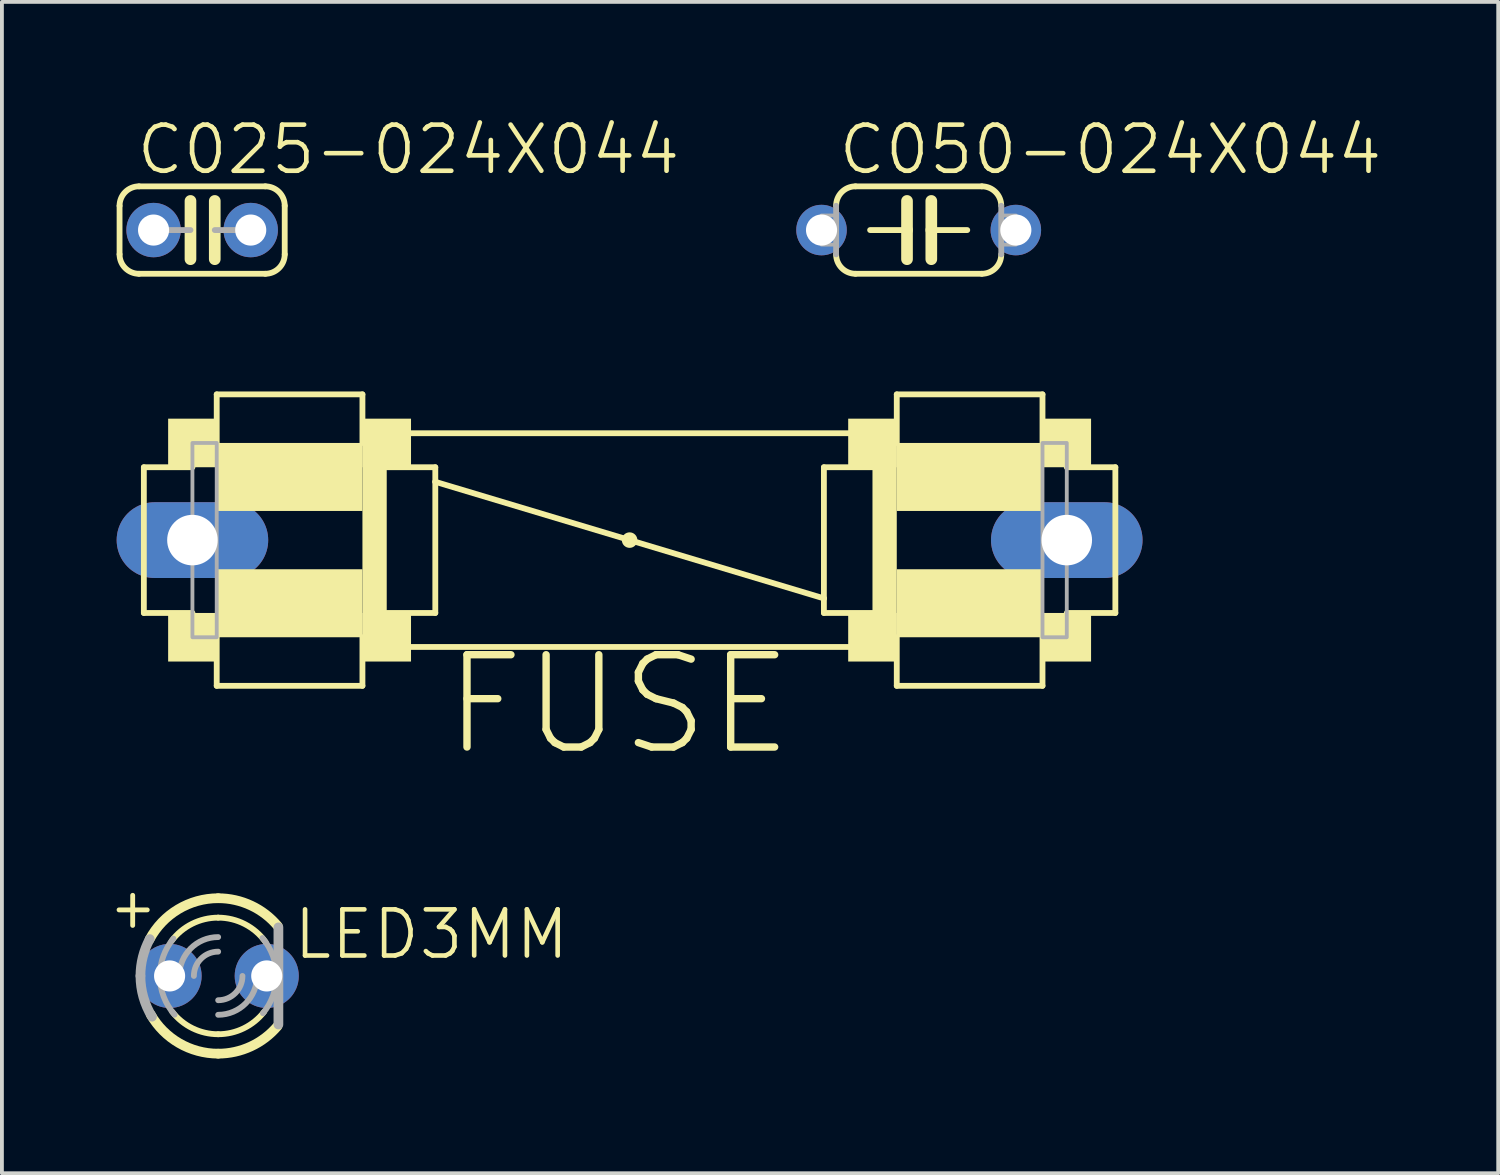
<source format=kicad_pcb>
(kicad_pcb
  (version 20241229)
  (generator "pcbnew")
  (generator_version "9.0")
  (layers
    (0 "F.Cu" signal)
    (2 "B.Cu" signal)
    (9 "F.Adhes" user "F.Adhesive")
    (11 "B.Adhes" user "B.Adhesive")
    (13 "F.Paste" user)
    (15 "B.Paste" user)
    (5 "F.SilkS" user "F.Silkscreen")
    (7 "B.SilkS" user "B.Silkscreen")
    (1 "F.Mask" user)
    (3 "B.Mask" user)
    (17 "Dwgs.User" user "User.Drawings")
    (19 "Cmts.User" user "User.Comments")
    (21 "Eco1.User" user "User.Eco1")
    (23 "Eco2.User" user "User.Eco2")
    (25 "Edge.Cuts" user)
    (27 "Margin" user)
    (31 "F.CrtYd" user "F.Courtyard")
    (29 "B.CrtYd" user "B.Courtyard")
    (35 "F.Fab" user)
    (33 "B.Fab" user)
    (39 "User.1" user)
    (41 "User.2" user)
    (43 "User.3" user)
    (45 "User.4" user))
  (footprint "FUSE"
    (layer "F.Cu")
    (at 13.411 11.071)
    (property "Reference" "FUSE" (at -4.953 5.715 0) (layer "F.SilkS") (effects (font (size 2.413 2.413) (thickness 0.193)) (justify left bottom)))
    (attr through_hole)
    (fp_line (start -12.7 1.905) (end -12.7 -1.905) (stroke (width 0.152) (type solid)) (layer "F.SilkS"))
    (fp_line (start -12.7 1.905) (end -11.43 1.905) (stroke (width 0.152) (type solid)) (layer "F.SilkS"))
    (fp_line (start -11.43 -1.905) (end -12.7 -1.905) (stroke (width 0.152) (type solid)) (layer "F.SilkS"))
    (fp_line (start -10.795 -3.81) (end -6.985 -3.81) (stroke (width 0.152) (type solid)) (layer "F.SilkS"))
    (fp_line (start -10.795 -2.54) (end -10.795 -3.81) (stroke (width 0.152) (type solid)) (layer "F.SilkS"))
    (fp_line (start -10.795 2.54) (end -10.795 3.81) (stroke (width 0.152) (type solid)) (layer "F.SilkS"))
    (fp_line (start -6.985 -2.54) (end -6.985 -3.81) (stroke (width 0.152) (type solid)) (layer "F.SilkS"))
    (fp_line (start -6.985 3.81) (end -10.795 3.81) (stroke (width 0.152) (type solid)) (layer "F.SilkS"))
    (fp_line (start -6.985 3.81) (end -6.985 2.54) (stroke (width 0.152) (type solid)) (layer "F.SilkS"))
    (fp_line (start -6.35 -1.905) (end -5.08 -1.905) (stroke (width 0.152) (type solid)) (layer "F.SilkS"))
    (fp_line (start -5.715 -2.794) (end 5.715 -2.794) (stroke (width 0.152) (type solid)) (layer "F.SilkS"))
    (fp_line (start -5.715 2.794) (end 5.715 2.794) (stroke (width 0.152) (type solid)) (layer "F.SilkS"))
    (fp_line (start -5.08 -1.905) (end -5.08 -1.524) (stroke (width 0.152) (type solid)) (layer "F.SilkS"))
    (fp_line (start -5.08 -1.524) (end -5.08 1.905) (stroke (width 0.152) (type solid)) (layer "F.SilkS"))
    (fp_line (start -5.08 -1.524) (end 5.08 1.524) (stroke (width 0.152) (type solid)) (layer "F.SilkS"))
    (fp_line (start -5.08 1.905) (end -6.35 1.905) (stroke (width 0.152) (type solid)) (layer "F.SilkS"))
    (fp_line (start 5.08 1.524) (end 5.08 -1.905) (stroke (width 0.152) (type solid)) (layer "F.SilkS"))
    (fp_line (start 5.08 1.905) (end 5.08 1.524) (stroke (width 0.152) (type solid)) (layer "F.SilkS"))
    (fp_line (start 5.08 1.905) (end 6.35 1.905) (stroke (width 0.152) (type solid)) (layer "F.SilkS"))
    (fp_line (start 6.35 -1.905) (end 5.08 -1.905) (stroke (width 0.152) (type solid)) (layer "F.SilkS"))
    (fp_line (start 6.985 -3.81) (end 10.795 -3.81) (stroke (width 0.152) (type solid)) (layer "F.SilkS"))
    (fp_line (start 6.985 -2.54) (end 6.985 -3.81) (stroke (width 0.152) (type solid)) (layer "F.SilkS"))
    (fp_line (start 6.985 2.54) (end 6.985 3.81) (stroke (width 0.152) (type solid)) (layer "F.SilkS"))
    (fp_line (start 10.795 -2.54) (end 10.795 -3.81) (stroke (width 0.152) (type solid)) (layer "F.SilkS"))
    (fp_line (start 10.795 3.81) (end 6.985 3.81) (stroke (width 0.152) (type solid)) (layer "F.SilkS"))
    (fp_line (start 10.795 3.81) (end 10.795 2.54) (stroke (width 0.152) (type solid)) (layer "F.SilkS"))
    (fp_line (start 11.43 -1.905) (end 12.7 -1.905) (stroke (width 0.152) (type solid)) (layer "F.SilkS"))
    (fp_line (start 12.7 -1.905) (end 12.7 1.905) (stroke (width 0.152) (type solid)) (layer "F.SilkS"))
    (fp_line (start 12.7 1.905) (end 11.43 1.905) (stroke (width 0.152) (type solid)) (layer "F.SilkS"))
    (fp_circle (center 0 0) (end 0.127 0) (stroke (width 0.152) (type solid)) (fill no) (layer "F.SilkS"))
    (fp_poly (pts (xy -12.065 -1.905) (xy -10.795 -1.905) (xy -10.795 -3.175) (xy -12.065 -3.175)) (stroke (width 0) (type solid)) (fill yes) (layer "F.SilkS"))
    (fp_poly (pts (xy -12.065 3.175) (xy -10.795 3.175) (xy -10.795 1.905) (xy -12.065 1.905)) (stroke (width 0) (type solid)) (fill yes) (layer "F.SilkS"))
    (fp_poly (pts (xy -10.795 -0.762) (xy -6.985 -0.762) (xy -6.985 -2.54) (xy -10.795 -2.54)) (stroke (width 0) (type solid)) (fill yes) (layer "F.SilkS"))
    (fp_poly (pts (xy -10.795 2.54) (xy -6.985 2.54) (xy -6.985 0.762) (xy -10.795 0.762)) (stroke (width 0) (type solid)) (fill yes) (layer "F.SilkS"))
    (fp_poly (pts (xy -6.985 -1.905) (xy -5.715 -1.905) (xy -5.715 -3.175) (xy -6.985 -3.175)) (stroke (width 0) (type solid)) (fill yes) (layer "F.SilkS"))
    (fp_poly (pts (xy -6.985 2.54) (xy -6.35 2.54) (xy -6.35 -2.54) (xy -6.985 -2.54)) (stroke (width 0) (type solid)) (fill yes) (layer "F.SilkS"))
    (fp_poly (pts (xy -6.985 3.175) (xy -5.715 3.175) (xy -5.715 1.905) (xy -6.985 1.905)) (stroke (width 0) (type solid)) (fill yes) (layer "F.SilkS"))
    (fp_poly (pts (xy 5.715 -1.905) (xy 6.985 -1.905) (xy 6.985 -3.175) (xy 5.715 -3.175)) (stroke (width 0) (type solid)) (fill yes) (layer "F.SilkS"))
    (fp_poly (pts (xy 5.715 3.175) (xy 6.985 3.175) (xy 6.985 1.905) (xy 5.715 1.905)) (stroke (width 0) (type solid)) (fill yes) (layer "F.SilkS"))
    (fp_poly (pts (xy 6.35 2.54) (xy 6.985 2.54) (xy 6.985 -2.54) (xy 6.35 -2.54)) (stroke (width 0) (type solid)) (fill yes) (layer "F.SilkS"))
    (fp_poly (pts (xy 6.985 -0.762) (xy 10.795 -0.762) (xy 10.795 -2.54) (xy 6.985 -2.54)) (stroke (width 0) (type solid)) (fill yes) (layer "F.SilkS"))
    (fp_poly (pts (xy 6.985 2.54) (xy 10.795 2.54) (xy 10.795 0.762) (xy 6.985 0.762)) (stroke (width 0) (type solid)) (fill yes) (layer "F.SilkS"))
    (fp_poly (pts (xy 10.795 -1.905) (xy 12.065 -1.905) (xy 12.065 -3.175) (xy 10.795 -3.175)) (stroke (width 0) (type solid)) (fill yes) (layer "F.SilkS"))
    (fp_poly (pts (xy 10.795 3.175) (xy 12.065 3.175) (xy 12.065 1.905) (xy 10.795 1.905)) (stroke (width 0) (type solid)) (fill yes) (layer "F.SilkS"))
    (fp_poly (pts (xy -11.43 2.54) (xy -10.795 2.54) (xy -10.795 -2.54) (xy -11.43 -2.54)) (stroke (width 0.1) (type solid)) (fill no) (layer "F.Fab"))
    (fp_poly (pts (xy 10.795 2.54) (xy 11.43 2.54) (xy 11.43 -2.54) (xy 10.795 -2.54)) (stroke (width 0.1) (type solid)) (fill no) (layer "F.Fab"))
    (pad "1" thru_hole oval (at -11.43 0) (size 3.962 1.981) (drill 1.321) (layers "*.Cu" "*.Mask"))
    (pad "2" thru_hole oval (at 11.43 0) (size 3.962 1.981) (drill 1.321) (layers "*.Cu" "*.Mask")))
  (footprint "LED3MM"
    (layer "F.Cu")
    (at 2.654 22.466)
    (property "Reference" "LED3MM" (at 1.905 -0.381 0) (layer "F.SilkS") (effects (font (size 1.206 1.206) (thickness 0.121)) (justify left bottom)))
    (attr through_hole)
    (fp_line (start -2.591 -1.727) (end -1.854 -1.727) (stroke (width 0.127) (type solid)) (layer "F.SilkS"))
    (fp_line (start -2.235 -1.321) (end -2.235 -2.108) (stroke (width 0.127) (type solid)) (layer "F.SilkS"))
    (fp_arc (start -1.7929 -0.9562) (mid -1.045438 -1.7424) (end 0 -2.032) (stroke (width 0.254) (type solid)) (layer "F.SilkS"))
    (fp_arc (start -1.2192 -0.9144) (mid -0.681554 -1.363107) (end 0 -1.524) (stroke (width 0.1524) (type solid)) (layer "F.SilkS"))
    (fp_arc (start 0 -2.032) (mid 0.861864 -1.840173) (end 1.561 -1.3009) (stroke (width 0.254) (type solid)) (layer "F.SilkS"))
    (fp_arc (start 0 -1.524) (mid 0.697339 -1.355082) (end 1.2401 -0.885801) (stroke (width 0.1524) (type solid)) (layer "F.SilkS"))
    (fp_arc (start 0 1.524) (mid -0.669593 1.369018) (end -1.203 0.9356) (stroke (width 0.1524) (type solid)) (layer "F.SilkS"))
    (fp_arc (start 0 2.032) (mid -1.019924 1.757525) (end -1.7643 1.0082) (stroke (width 0.254) (type solid)) (layer "F.SilkS"))
    (fp_arc (start 1.203 0.9356) (mid 0.669593 1.369018) (end 0 1.524) (stroke (width 0.1524) (type solid)) (layer "F.SilkS"))
    (fp_arc (start 1.5512 1.3126) (mid 0.854953 1.843405) (end 0 2.032) (stroke (width 0.254) (type solid)) (layer "F.SilkS"))
    (fp_line (start 1.575 1.27) (end 1.575 -1.27) (stroke (width 0.254) (type solid)) (layer "F.Fab"))
    (fp_arc (start -2.032 0) (mid -1.970339 -0.496775) (end -1.7891 -0.9634) (stroke (width 0.254) (type solid)) (layer "F.Fab"))
    (fp_arc (start -1.7306 1.065) (mid -1.95521 0.553417) (end -2.032 0) (stroke (width 0.254) (type solid)) (layer "F.Fab"))
    (fp_arc (start -1.524 0) (mid -1.432981 -0.518783) (end -1.1708 -0.9756) (stroke (width 0.1524) (type solid)) (layer "F.Fab"))
    (fp_arc (start -1.1391 1.0125) (mid -1.42454 0.5416) (end -1.524 0) (stroke (width 0.1524) (type solid)) (layer "F.Fab"))
    (fp_arc (start -1.016 0) (mid -0.71842 -0.71842) (end 0 -1.016) (stroke (width 0.1524) (type solid)) (layer "F.Fab"))
    (fp_arc (start -0.635 0) (mid -0.449013 -0.449013) (end 0 -0.635) (stroke (width 0.1524) (type solid)) (layer "F.Fab"))
    (fp_arc (start 0.635 0) (mid 0.449013 0.449013) (end 0 0.635) (stroke (width 0.1524) (type solid)) (layer "F.Fab"))
    (fp_arc (start 1.016 0) (mid 0.71842 0.71842) (end 0 1.016) (stroke (width 0.1524) (type solid)) (layer "F.Fab"))
    (fp_arc (start 1.1571 -0.9918) (mid 1.429332 -0.528744) (end 1.524 0) (stroke (width 0.1524) (type solid)) (layer "F.Fab"))
    (fp_arc (start 1.524 0) (mid 1.432981 0.518783) (end 1.1708 0.9756) (stroke (width 0.1524) (type solid)) (layer "F.Fab"))
    (pad "A" thru_hole circle (at -1.27 0) (size 1.676 1.676) (drill 0.813) (layers "*.Cu" "*.Mask"))
    (pad "K" thru_hole circle (at 1.27 0) (size 1.676 1.676) (drill 0.813) (layers "*.Cu" "*.Mask")))
  (footprint "C025-024X044"
    (layer "F.Cu")
    (at 2.235 2.965)
    (property "Reference" "C025-024X044" (at -1.778 -1.397 180) (layer "F.SilkS") (effects (font (size 1.206 1.206) (thickness 0.121)) (justify left bottom)))
    (attr through_hole)
    (fp_line (start -2.159 0.635) (end -2.159 -0.635) (stroke (width 0.152) (type solid)) (layer "F.SilkS"))
    (fp_line (start -0.305 -0.762) (end -0.305 0.762) (stroke (width 0.305) (type solid)) (layer "F.SilkS"))
    (fp_line (start 0.33 -0.762) (end 0.33 0.762) (stroke (width 0.305) (type solid)) (layer "F.SilkS"))
    (fp_line (start 1.651 -1.143) (end -1.651 -1.143) (stroke (width 0.152) (type solid)) (layer "F.SilkS"))
    (fp_line (start 1.651 1.143) (end -1.651 1.143) (stroke (width 0.152) (type solid)) (layer "F.SilkS"))
    (fp_line (start 2.159 0.635) (end 2.159 -0.635) (stroke (width 0.152) (type solid)) (layer "F.SilkS"))
    (fp_arc (start -2.159 -0.635) (mid -2.01021 -0.99421) (end -1.651 -1.143) (stroke (width 0.1524) (type solid)) (layer "F.SilkS"))
    (fp_arc (start -1.651 1.143) (mid -2.01021 0.99421) (end -2.159 0.635) (stroke (width 0.1524) (type solid)) (layer "F.SilkS"))
    (fp_arc (start 1.651 -1.143) (mid 2.01021 -0.99421) (end 2.159 -0.635) (stroke (width 0.1524) (type solid)) (layer "F.SilkS"))
    (fp_arc (start 2.159 0.635) (mid 2.01021 0.99421) (end 1.651 1.143) (stroke (width 0.1524) (type solid)) (layer "F.SilkS"))
    (fp_line (start -1.27 0) (end -0.305 0) (stroke (width 0.152) (type solid)) (layer "F.Fab"))
    (fp_line (start 1.27 0) (end 0.33 0) (stroke (width 0.152) (type solid)) (layer "F.Fab"))
    (pad "1" thru_hole circle (at -1.27 0) (size 1.422 1.422) (drill 0.813) (layers "*.Cu" "*.Mask"))
    (pad "2" thru_hole circle (at 1.27 0) (size 1.422 1.422) (drill 0.813) (layers "*.Cu" "*.Mask")))
  (footprint "C050-024X044"
    (layer "F.Cu")
    (at 20.969 2.965)
    (property "Reference" "C050-024X044" (at -2.159 -1.397 180) (layer "F.SilkS") (effects (font (size 1.206 1.206) (thickness 0.121)) (justify left bottom)))
    (attr through_hole)
    (fp_line (start -1.27 0) (end -0.305 0) (stroke (width 0.152) (type solid)) (layer "F.SilkS"))
    (fp_line (start -0.305 -0.762) (end -0.305 0) (stroke (width 0.305) (type solid)) (layer "F.SilkS"))
    (fp_line (start -0.305 0) (end -0.305 0.762) (stroke (width 0.305) (type solid)) (layer "F.SilkS"))
    (fp_line (start 0.33 -0.762) (end 0.33 0) (stroke (width 0.305) (type solid)) (layer "F.SilkS"))
    (fp_line (start 0.33 0) (end 0.33 0.762) (stroke (width 0.305) (type solid)) (layer "F.SilkS"))
    (fp_line (start 1.27 0) (end 0.33 0) (stroke (width 0.152) (type solid)) (layer "F.SilkS"))
    (fp_line (start 1.651 -1.143) (end -1.651 -1.143) (stroke (width 0.152) (type solid)) (layer "F.SilkS"))
    (fp_line (start 1.651 1.143) (end -1.651 1.143) (stroke (width 0.152) (type solid)) (layer "F.SilkS"))
    (fp_arc (start -2.159 -0.635) (mid -2.01021 -0.99421) (end -1.651 -1.143) (stroke (width 0.1524) (type solid)) (layer "F.SilkS"))
    (fp_arc (start -1.651 1.143) (mid -2.01021 0.99421) (end -2.159 0.635) (stroke (width 0.1524) (type solid)) (layer "F.SilkS"))
    (fp_arc (start 1.651 -1.143) (mid 2.01021 -0.99421) (end 2.159 -0.635) (stroke (width 0.1524) (type solid)) (layer "F.SilkS"))
    (fp_arc (start 2.159 0.635) (mid 2.01021 0.99421) (end 1.651 1.143) (stroke (width 0.1524) (type solid)) (layer "F.SilkS"))
    (fp_line (start -2.159 0.635) (end -2.159 -0.635) (stroke (width 0.152) (type solid)) (layer "F.Fab"))
    (fp_line (start 2.159 0.635) (end 2.159 -0.635) (stroke (width 0.152) (type solid)) (layer "F.Fab"))
    (fp_poly (pts (xy -2.54 0.381) (xy -2.159 0.381) (xy -2.159 -0.381) (xy -2.54 -0.381)) (stroke (width 0.1) (type solid)) (fill no) (layer "F.Fab"))
    (fp_poly (pts (xy 2.159 0.381) (xy 2.54 0.381) (xy 2.54 -0.381) (xy 2.159 -0.381)) (stroke (width 0.1) (type solid)) (fill no) (layer "F.Fab"))
    (pad "1" thru_hole circle (at -2.54 0) (size 1.321 1.321) (drill 0.813) (layers "*.Cu" "*.Mask"))
    (pad "2" thru_hole circle (at 2.54 0) (size 1.321 1.321) (drill 0.813) (layers "*.Cu" "*.Mask")))
  (gr_rect
    (start -3 -3)
    (end 36.121 27.625)
    (stroke (width 0.1) (type default))
    (fill no)
    (layer "Edge.Cuts")))
</source>
